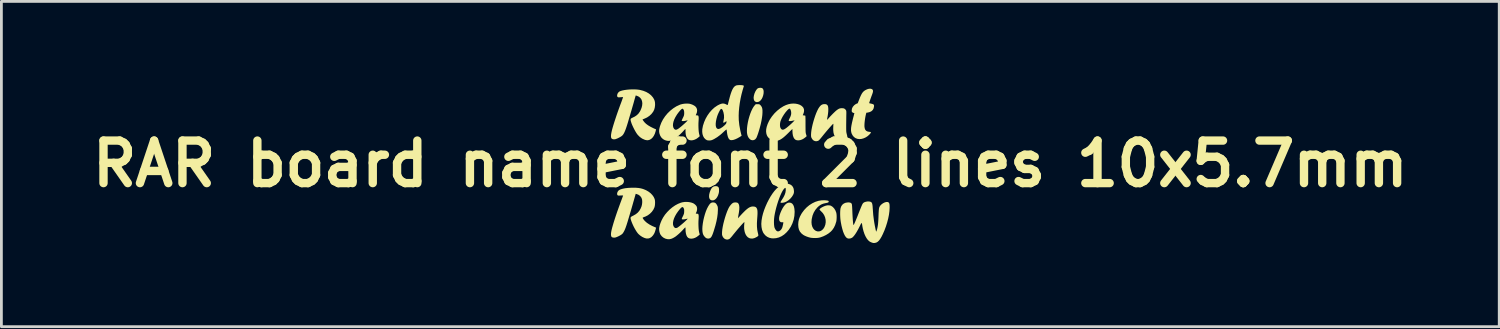
<source format=kicad_pcb>
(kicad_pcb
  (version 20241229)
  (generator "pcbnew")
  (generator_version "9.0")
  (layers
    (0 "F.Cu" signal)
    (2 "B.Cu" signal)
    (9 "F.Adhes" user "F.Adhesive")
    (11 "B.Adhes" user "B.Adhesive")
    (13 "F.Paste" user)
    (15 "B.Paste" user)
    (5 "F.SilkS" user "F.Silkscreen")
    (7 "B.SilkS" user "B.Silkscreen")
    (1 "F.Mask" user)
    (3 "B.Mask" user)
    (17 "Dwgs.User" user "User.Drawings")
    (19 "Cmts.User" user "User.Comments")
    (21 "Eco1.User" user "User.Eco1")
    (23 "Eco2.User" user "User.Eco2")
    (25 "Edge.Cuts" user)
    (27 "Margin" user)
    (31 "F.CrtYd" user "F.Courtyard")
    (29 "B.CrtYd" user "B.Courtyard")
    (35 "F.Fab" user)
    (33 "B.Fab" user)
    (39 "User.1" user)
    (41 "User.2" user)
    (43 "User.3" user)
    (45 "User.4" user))
  (footprint "RAR board name font 2 lines 10x5.7mm"
    (layer "F.Cu")
    (at 23.847 2.824)
    (property "Reference" "RAR board name font 2 lines 10x5.7mm" (at 0 0 0) (layer "F.SilkS") (effects (font (size 1.524 1.524) (thickness 0.3))))
    (attr board_only exclude_from_pos_files exclude_from_bom)
    (fp_poly (pts (xy 0.381 -2.726) (xy 0.417 -2.718) (xy 0.431 -2.711) (xy 0.457 -2.682) (xy 0.473 -2.639) (xy 0.479 -2.585) (xy 0.475 -2.521) (xy 0.464 -2.464) (xy 0.44 -2.389) (xy 0.408 -2.326) (xy 0.37 -2.276) (xy 0.326 -2.239) (xy 0.279 -2.218) (xy 0.231 -2.213) (xy 0.202 -2.219) (xy 0.164 -2.239) (xy 0.138 -2.273) (xy 0.123 -2.32) (xy 0.119 -2.377) (xy 0.128 -2.443) (xy 0.148 -2.516) (xy 0.154 -2.533) (xy 0.183 -2.598) (xy 0.216 -2.652) (xy 0.251 -2.693) (xy 0.267 -2.706) (xy 0.299 -2.719) (xy 0.339 -2.726)) (stroke (width 0) (type solid)) (fill yes) (layer "F.SilkS"))
    (fp_poly (pts (xy -1.208 0.8) (xy -1.184 0.806) (xy -1.165 0.817) (xy -1.155 0.826) (xy -1.14 0.841) (xy -1.13 0.857) (xy -1.125 0.879) (xy -1.122 0.912) (xy -1.121 0.922) (xy -1.123 1.004) (xy -1.132 1.053) (xy -1.157 1.131) (xy -1.19 1.196) (xy -1.229 1.248) (xy -1.273 1.285) (xy -1.321 1.306) (xy -1.372 1.309) (xy -1.39 1.306) (xy -1.429 1.289) (xy -1.457 1.257) (xy -1.474 1.213) (xy -1.479 1.158) (xy -1.473 1.094) (xy -1.455 1.022) (xy -1.449 1.005) (xy -1.421 0.933) (xy -1.391 0.878) (xy -1.358 0.839) (xy -1.32 0.814) (xy -1.277 0.801) (xy -1.242 0.799)) (stroke (width 0) (type solid)) (fill yes) (layer "F.SilkS"))
    (fp_poly (pts (xy -1.291 1.387) (xy -1.254 1.402) (xy -1.223 1.431) (xy -1.195 1.476) (xy -1.186 1.495) (xy -1.175 1.518) (xy -1.169 1.539) (xy -1.165 1.563) (xy -1.163 1.593) (xy -1.162 1.635) (xy -1.163 1.664) (xy -1.169 1.784) (xy -1.186 1.914) (xy -1.213 2.055) (xy -1.251 2.208) (xy -1.301 2.375) (xy -1.311 2.408) (xy -1.336 2.482) (xy -1.358 2.54) (xy -1.378 2.584) (xy -1.397 2.617) (xy -1.416 2.641) (xy -1.437 2.658) (xy -1.441 2.661) (xy -1.482 2.676) (xy -1.529 2.677) (xy -1.574 2.665) (xy -1.577 2.663) (xy -1.607 2.643) (xy -1.638 2.611) (xy -1.667 2.573) (xy -1.685 2.543) (xy -1.705 2.487) (xy -1.716 2.416) (xy -1.72 2.332) (xy -1.715 2.237) (xy -1.702 2.132) (xy -1.682 2.019) (xy -1.659 1.921) (xy -1.626 1.802) (xy -1.591 1.699) (xy -1.554 1.609) (xy -1.512 1.528) (xy -1.479 1.475) (xy -1.445 1.43) (xy -1.411 1.401) (xy -1.374 1.386) (xy -1.336 1.382)) (stroke (width 0) (type solid)) (fill yes) (layer "F.SilkS"))
    (fp_poly (pts (xy 0.297 -2.138) (xy 0.32 -2.135) (xy 0.338 -2.127) (xy 0.355 -2.112) (xy 0.361 -2.107) (xy 0.384 -2.079) (xy 0.407 -2.044) (xy 0.415 -2.027) (xy 0.429 -1.98) (xy 0.436 -1.917) (xy 0.436 -1.84) (xy 0.431 -1.751) (xy 0.418 -1.652) (xy 0.4 -1.545) (xy 0.376 -1.432) (xy 0.366 -1.392) (xy 0.346 -1.316) (xy 0.325 -1.239) (xy 0.302 -1.164) (xy 0.28 -1.094) (xy 0.258 -1.031) (xy 0.238 -0.979) (xy 0.222 -0.94) (xy 0.212 -0.922) (xy 0.176 -0.88) (xy 0.133 -0.855) (xy 0.085 -0.846) (xy 0.034 -0.855) (xy 0.023 -0.859) (xy -0.006 -0.878) (xy -0.038 -0.909) (xy -0.066 -0.946) (xy -0.081 -0.971) (xy -0.105 -1.034) (xy -0.119 -1.111) (xy -0.122 -1.182) (xy -0.118 -1.278) (xy -0.106 -1.38) (xy -0.088 -1.487) (xy -0.064 -1.594) (xy -0.034 -1.7) (xy -0.001 -1.8) (xy 0.036 -1.893) (xy 0.075 -1.975) (xy 0.116 -2.044) (xy 0.15 -2.089) (xy 0.195 -2.139) (xy 0.261 -2.139)) (stroke (width 0) (type solid)) (fill yes) (layer "F.SilkS"))
    (fp_poly (pts (xy 2.693 1.307) (xy 2.743 1.313) (xy 2.776 1.318) (xy 2.797 1.325) (xy 2.807 1.334) (xy 2.811 1.346) (xy 2.811 1.349) (xy 2.807 1.367) (xy 2.795 1.381) (xy 2.771 1.392) (xy 2.733 1.401) (xy 2.7 1.407) (xy 2.612 1.428) (xy 2.535 1.46) (xy 2.464 1.508) (xy 2.407 1.56) (xy 2.332 1.649) (xy 2.273 1.748) (xy 2.23 1.856) (xy 2.203 1.974) (xy 2.199 2) (xy 2.193 2.093) (xy 2.201 2.179) (xy 2.222 2.254) (xy 2.256 2.318) (xy 2.298 2.367) (xy 2.351 2.403) (xy 2.407 2.421) (xy 2.464 2.422) (xy 2.519 2.407) (xy 2.57 2.376) (xy 2.617 2.329) (xy 2.656 2.268) (xy 2.658 2.264) (xy 2.689 2.181) (xy 2.703 2.094) (xy 2.7 2.006) (xy 2.681 1.92) (xy 2.647 1.838) (xy 2.598 1.763) (xy 2.535 1.698) (xy 2.535 1.698) (xy 2.509 1.673) (xy 2.49 1.651) (xy 2.482 1.635) (xy 2.482 1.635) (xy 2.49 1.617) (xy 2.513 1.595) (xy 2.547 1.571) (xy 2.59 1.547) (xy 2.638 1.524) (xy 2.688 1.505) (xy 2.706 1.499) (xy 2.763 1.487) (xy 2.82 1.486) (xy 2.872 1.495) (xy 2.897 1.505) (xy 2.956 1.545) (xy 3.008 1.601) (xy 3.05 1.668) (xy 3.079 1.744) (xy 3.084 1.763) (xy 3.091 1.808) (xy 3.095 1.866) (xy 3.095 1.93) (xy 3.092 1.992) (xy 3.086 2.047) (xy 3.079 2.077) (xy 3.042 2.192) (xy 2.995 2.29) (xy 2.937 2.374) (xy 2.885 2.429) (xy 2.806 2.493) (xy 2.714 2.55) (xy 2.615 2.598) (xy 2.515 2.634) (xy 2.463 2.647) (xy 2.407 2.655) (xy 2.339 2.659) (xy 2.268 2.658) (xy 2.2 2.653) (xy 2.148 2.645) (xy 2.075 2.625) (xy 2.001 2.598) (xy 1.934 2.567) (xy 1.89 2.54) (xy 1.826 2.487) (xy 1.777 2.426) (xy 1.743 2.355) (xy 1.724 2.274) (xy 1.717 2.179) (xy 1.717 2.176) (xy 1.724 2.077) (xy 1.744 1.983) (xy 1.779 1.891) (xy 1.829 1.797) (xy 1.854 1.757) (xy 1.932 1.653) (xy 2.02 1.56) (xy 2.117 1.48) (xy 2.221 1.414) (xy 2.329 1.362) (xy 2.441 1.326) (xy 2.554 1.307) (xy 2.666 1.305)) (stroke (width 0) (type solid)) (fill yes) (layer "F.SilkS"))
    (fp_poly (pts (xy 4.322 -2.692) (xy 4.362 -2.678) (xy 4.368 -2.673) (xy 4.387 -2.654) (xy 4.397 -2.63) (xy 4.398 -2.598) (xy 4.39 -2.556) (xy 4.372 -2.501) (xy 4.356 -2.458) (xy 4.339 -2.413) (xy 4.322 -2.365) (xy 4.304 -2.316) (xy 4.289 -2.27) (xy 4.276 -2.23) (xy 4.266 -2.198) (xy 4.261 -2.18) (xy 4.261 -2.176) (xy 4.271 -2.173) (xy 4.294 -2.167) (xy 4.326 -2.16) (xy 4.335 -2.158) (xy 4.381 -2.146) (xy 4.412 -2.133) (xy 4.429 -2.115) (xy 4.436 -2.09) (xy 4.434 -2.055) (xy 4.42 -1.989) (xy 4.391 -1.934) (xy 4.347 -1.891) (xy 4.289 -1.86) (xy 4.216 -1.84) (xy 4.202 -1.838) (xy 4.159 -1.832) (xy 4.138 -1.75) (xy 4.126 -1.691) (xy 4.114 -1.622) (xy 4.104 -1.549) (xy 4.096 -1.477) (xy 4.092 -1.411) (xy 4.091 -1.357) (xy 4.091 -1.345) (xy 4.1 -1.278) (xy 4.119 -1.226) (xy 4.15 -1.188) (xy 4.194 -1.163) (xy 4.25 -1.15) (xy 4.263 -1.149) (xy 4.298 -1.145) (xy 4.318 -1.137) (xy 4.323 -1.123) (xy 4.313 -1.102) (xy 4.289 -1.072) (xy 4.277 -1.059) (xy 4.213 -0.999) (xy 4.141 -0.951) (xy 4.064 -0.916) (xy 3.986 -0.894) (xy 3.909 -0.888) (xy 3.838 -0.897) (xy 3.771 -0.923) (xy 3.713 -0.965) (xy 3.667 -1.021) (xy 3.632 -1.089) (xy 3.628 -1.1) (xy 3.617 -1.144) (xy 3.61 -1.193) (xy 3.61 -1.248) (xy 3.615 -1.311) (xy 3.627 -1.385) (xy 3.645 -1.473) (xy 3.669 -1.575) (xy 3.67 -1.579) (xy 3.685 -1.64) (xy 3.7 -1.696) (xy 3.712 -1.743) (xy 3.721 -1.78) (xy 3.727 -1.802) (xy 3.728 -1.807) (xy 3.728 -1.82) (xy 3.713 -1.824) (xy 3.71 -1.824) (xy 3.687 -1.83) (xy 3.662 -1.844) (xy 3.66 -1.846) (xy 3.644 -1.862) (xy 3.637 -1.879) (xy 3.635 -1.906) (xy 3.635 -1.92) (xy 3.645 -1.983) (xy 3.673 -2.042) (xy 3.719 -2.096) (xy 3.725 -2.101) (xy 3.756 -2.126) (xy 3.79 -2.147) (xy 3.81 -2.157) (xy 3.851 -2.173) (xy 3.9 -2.301) (xy 3.934 -2.386) (xy 3.965 -2.455) (xy 3.994 -2.511) (xy 4.023 -2.555) (xy 4.054 -2.591) (xy 4.089 -2.62) (xy 4.128 -2.645) (xy 4.154 -2.658) (xy 4.215 -2.683) (xy 4.272 -2.694)) (stroke (width 0) (type solid)) (fill yes) (layer "F.SilkS"))
    (fp_poly (pts (xy -0.496 1.385) (xy -0.46 1.395) (xy -0.441 1.406) (xy -0.416 1.441) (xy -0.4 1.492) (xy -0.393 1.559) (xy -0.396 1.642) (xy -0.409 1.742) (xy -0.413 1.767) (xy -0.422 1.814) (xy -0.429 1.858) (xy -0.435 1.894) (xy -0.438 1.913) (xy -0.443 1.951) (xy -0.366 1.866) (xy -0.289 1.783) (xy -0.221 1.714) (xy -0.162 1.657) (xy -0.11 1.613) (xy -0.063 1.579) (xy -0.02 1.555) (xy 0.02 1.539) (xy 0.06 1.53) (xy 0.092 1.528) (xy 0.146 1.532) (xy 0.186 1.545) (xy 0.216 1.569) (xy 0.238 1.606) (xy 0.248 1.636) (xy 0.255 1.675) (xy 0.258 1.726) (xy 0.258 1.789) (xy 0.254 1.867) (xy 0.247 1.962) (xy 0.245 1.987) (xy 0.237 2.125) (xy 0.238 2.249) (xy 0.248 2.36) (xy 0.267 2.459) (xy 0.268 2.461) (xy 0.278 2.502) (xy 0.285 2.538) (xy 0.288 2.564) (xy 0.287 2.574) (xy 0.277 2.587) (xy 0.255 2.605) (xy 0.231 2.621) (xy 0.157 2.658) (xy 0.087 2.677) (xy 0.022 2.678) (xy -0.037 2.662) (xy -0.09 2.631) (xy -0.135 2.583) (xy -0.172 2.521) (xy -0.2 2.445) (xy -0.217 2.355) (xy -0.221 2.317) (xy -0.222 2.268) (xy -0.221 2.212) (xy -0.217 2.167) (xy -0.214 2.131) (xy -0.212 2.103) (xy -0.213 2.088) (xy -0.213 2.087) (xy -0.222 2.091) (xy -0.241 2.108) (xy -0.269 2.137) (xy -0.304 2.175) (xy -0.346 2.222) (xy -0.392 2.275) (xy -0.442 2.332) (xy -0.493 2.393) (xy -0.545 2.456) (xy -0.596 2.518) (xy -0.616 2.543) (xy -0.658 2.596) (xy -0.692 2.635) (xy -0.718 2.663) (xy -0.739 2.683) (xy -0.758 2.695) (xy -0.764 2.698) (xy -0.809 2.714) (xy -0.844 2.714) (xy -0.851 2.712) (xy -0.866 2.708) (xy -0.886 2.703) (xy -0.92 2.687) (xy -0.954 2.658) (xy -0.984 2.618) (xy -0.996 2.592) (xy -1.006 2.568) (xy -1.012 2.546) (xy -1.014 2.521) (xy -1.014 2.487) (xy -1.013 2.44) (xy -1.013 2.44) (xy -1.005 2.354) (xy -0.989 2.257) (xy -0.967 2.15) (xy -0.939 2.039) (xy -0.907 1.927) (xy -0.872 1.818) (xy -0.835 1.716) (xy -0.797 1.626) (xy -0.773 1.576) (xy -0.742 1.524) (xy -0.705 1.476) (xy -0.667 1.434) (xy -0.63 1.405) (xy -0.615 1.396) (xy -0.58 1.386) (xy -0.538 1.382)) (stroke (width 0) (type solid)) (fill yes) (layer "F.SilkS"))
    (fp_poly (pts (xy 2.697 -2.14) (xy 2.735 -2.129) (xy 2.763 -2.105) (xy 2.779 -2.08) (xy 2.789 -2.046) (xy 2.795 -1.997) (xy 2.796 -1.937) (xy 2.793 -1.868) (xy 2.785 -1.795) (xy 2.774 -1.719) (xy 2.77 -1.701) (xy 2.762 -1.657) (xy 2.755 -1.619) (xy 2.751 -1.593) (xy 2.751 -1.58) (xy 2.751 -1.58) (xy 2.759 -1.584) (xy 2.775 -1.6) (xy 2.798 -1.624) (xy 2.808 -1.636) (xy 2.857 -1.691) (xy 2.91 -1.746) (xy 2.962 -1.8) (xy 3.012 -1.848) (xy 3.055 -1.889) (xy 3.091 -1.919) (xy 3.097 -1.924) (xy 3.144 -1.957) (xy 3.185 -1.979) (xy 3.224 -1.991) (xy 3.269 -1.996) (xy 3.281 -1.996) (xy 3.337 -1.992) (xy 3.381 -1.975) (xy 3.414 -1.944) (xy 3.426 -1.927) (xy 3.433 -1.914) (xy 3.438 -1.901) (xy 3.441 -1.883) (xy 3.442 -1.859) (xy 3.443 -1.825) (xy 3.442 -1.778) (xy 3.441 -1.716) (xy 3.44 -1.645) (xy 3.439 -1.564) (xy 3.438 -1.478) (xy 3.437 -1.396) (xy 3.437 -1.34) (xy 3.437 -1.271) (xy 3.438 -1.218) (xy 3.439 -1.176) (xy 3.442 -1.143) (xy 3.446 -1.115) (xy 3.452 -1.089) (xy 3.457 -1.068) (xy 3.47 -1.018) (xy 3.477 -0.982) (xy 3.476 -0.957) (xy 3.469 -0.939) (xy 3.454 -0.923) (xy 3.447 -0.917) (xy 3.398 -0.887) (xy 3.341 -0.865) (xy 3.28 -0.851) (xy 3.222 -0.847) (xy 3.172 -0.854) (xy 3.154 -0.859) (xy 3.116 -0.883) (xy 3.077 -0.92) (xy 3.041 -0.965) (xy 3.017 -1.008) (xy 2.995 -1.066) (xy 2.98 -1.129) (xy 2.973 -1.203) (xy 2.972 -1.289) (xy 2.974 -1.318) (xy 2.975 -1.363) (xy 2.977 -1.401) (xy 2.977 -1.427) (xy 2.976 -1.438) (xy 2.976 -1.438) (xy 2.966 -1.431) (xy 2.945 -1.412) (xy 2.916 -1.381) (xy 2.88 -1.341) (xy 2.838 -1.294) (xy 2.792 -1.241) (xy 2.743 -1.184) (xy 2.694 -1.125) (xy 2.645 -1.066) (xy 2.599 -1.009) (xy 2.584 -0.99) (xy 2.541 -0.937) (xy 2.507 -0.896) (xy 2.48 -0.866) (xy 2.459 -0.846) (xy 2.442 -0.832) (xy 2.426 -0.824) (xy 2.425 -0.824) (xy 2.376 -0.811) (xy 2.33 -0.814) (xy 2.308 -0.82) (xy 2.266 -0.84) (xy 2.232 -0.871) (xy 2.204 -0.914) (xy 2.191 -0.938) (xy 2.183 -0.959) (xy 2.179 -0.983) (xy 2.177 -1.014) (xy 2.177 -1.058) (xy 2.182 -1.132) (xy 2.193 -1.218) (xy 2.211 -1.313) (xy 2.234 -1.415) (xy 2.262 -1.519) (xy 2.293 -1.622) (xy 2.326 -1.722) (xy 2.361 -1.815) (xy 2.397 -1.898) (xy 2.432 -1.969) (xy 2.458 -2.011) (xy 2.497 -2.064) (xy 2.535 -2.102) (xy 2.574 -2.126) (xy 2.617 -2.138) (xy 2.645 -2.142)) (stroke (width 0) (type solid)) (fill yes) (layer "F.SilkS"))
    (fp_poly (pts (xy 1.376 0.719) (xy 1.438 0.743) (xy 1.49 0.78) (xy 1.529 0.831) (xy 1.554 0.893) (xy 1.564 0.967) (xy 1.565 0.978) (xy 1.564 1.019) (xy 1.559 1.05) (xy 1.548 1.081) (xy 1.534 1.112) (xy 1.493 1.178) (xy 1.439 1.242) (xy 1.376 1.299) (xy 1.308 1.345) (xy 1.255 1.37) (xy 1.211 1.385) (xy 1.168 1.393) (xy 1.13 1.396) (xy 1.101 1.394) (xy 1.084 1.385) (xy 1.081 1.377) (xy 1.086 1.364) (xy 1.099 1.34) (xy 1.119 1.308) (xy 1.134 1.286) (xy 1.19 1.196) (xy 1.231 1.113) (xy 1.257 1.037) (xy 1.269 0.965) (xy 1.271 0.937) (xy 1.27 0.894) (xy 1.264 0.868) (xy 1.254 0.86) (xy 1.237 0.868) (xy 1.212 0.891) (xy 1.207 0.897) (xy 1.174 0.94) (xy 1.139 1) (xy 1.103 1.073) (xy 1.066 1.158) (xy 1.03 1.252) (xy 0.994 1.353) (xy 0.961 1.459) (xy 0.93 1.567) (xy 0.903 1.675) (xy 0.88 1.78) (xy 0.862 1.881) (xy 0.86 1.898) (xy 0.852 1.968) (xy 0.848 2.042) (xy 0.848 2.115) (xy 0.851 2.183) (xy 0.858 2.242) (xy 0.868 2.287) (xy 0.869 2.291) (xy 0.889 2.334) (xy 0.915 2.373) (xy 0.943 2.403) (xy 0.966 2.417) (xy 1.002 2.421) (xy 1.041 2.409) (xy 1.079 2.383) (xy 1.113 2.344) (xy 1.14 2.295) (xy 1.15 2.267) (xy 1.16 2.228) (xy 1.171 2.183) (xy 1.179 2.14) (xy 1.184 2.107) (xy 1.184 2.099) (xy 1.176 2.092) (xy 1.152 2.093) (xy 1.152 2.093) (xy 1.12 2.094) (xy 1.09 2.087) (xy 1.059 2.064) (xy 1.039 2.028) (xy 1.031 1.979) (xy 1.034 1.918) (xy 1.049 1.847) (xy 1.076 1.766) (xy 1.114 1.677) (xy 1.159 1.589) (xy 1.207 1.515) (xy 1.255 1.458) (xy 1.303 1.418) (xy 1.351 1.395) (xy 1.359 1.393) (xy 1.416 1.389) (xy 1.465 1.402) (xy 1.507 1.431) (xy 1.54 1.476) (xy 1.565 1.536) (xy 1.581 1.612) (xy 1.588 1.701) (xy 1.589 1.726) (xy 1.58 1.865) (xy 1.554 2) (xy 1.511 2.129) (xy 1.453 2.25) (xy 1.38 2.362) (xy 1.303 2.452) (xy 1.215 2.532) (xy 1.122 2.594) (xy 1.025 2.638) (xy 0.924 2.664) (xy 0.82 2.672) (xy 0.758 2.668) (xy 0.678 2.649) (xy 0.604 2.614) (xy 0.539 2.564) (xy 0.485 2.501) (xy 0.456 2.454) (xy 0.421 2.365) (xy 0.401 2.264) (xy 0.394 2.152) (xy 0.403 2.029) (xy 0.426 1.897) (xy 0.456 1.778) (xy 0.497 1.651) (xy 0.547 1.524) (xy 0.603 1.398) (xy 0.665 1.277) (xy 0.73 1.163) (xy 0.798 1.06) (xy 0.867 0.969) (xy 0.935 0.894) (xy 0.947 0.882) (xy 1.021 0.818) (xy 1.09 0.77) (xy 1.157 0.737) (xy 1.225 0.718) (xy 1.295 0.711) (xy 1.302 0.711)) (stroke (width 0) (type solid)) (fill yes) (layer "F.SilkS"))
    (fp_poly (pts (xy -0.338 -2.823) (xy -0.296 -2.82) (xy -0.265 -2.814) (xy -0.253 -2.81) (xy -0.229 -2.797) (xy -0.274 -2.648) (xy -0.314 -2.499) (xy -0.349 -2.342) (xy -0.377 -2.183) (xy -0.398 -2.024) (xy -0.412 -1.869) (xy -0.417 -1.723) (xy -0.414 -1.589) (xy -0.414 -1.574) (xy -0.394 -1.388) (xy -0.359 -1.197) (xy -0.339 -1.112) (xy -0.312 -1.006) (xy -0.379 -0.964) (xy -0.46 -0.918) (xy -0.535 -0.883) (xy -0.602 -0.86) (xy -0.66 -0.85) (xy -0.708 -0.852) (xy -0.72 -0.856) (xy -0.754 -0.879) (xy -0.783 -0.919) (xy -0.806 -0.977) (xy -0.825 -1.053) (xy -0.833 -1.106) (xy -0.839 -1.151) (xy -0.844 -1.189) (xy -0.849 -1.217) (xy -0.851 -1.23) (xy -0.86 -1.229) (xy -0.879 -1.215) (xy -0.91 -1.189) (xy -0.951 -1.152) (xy -0.962 -1.141) (xy -1.075 -1.04) (xy -1.186 -0.957) (xy -1.294 -0.892) (xy -1.315 -0.881) (xy -1.357 -0.861) (xy -1.39 -0.849) (xy -1.422 -0.842) (xy -1.457 -0.839) (xy -1.461 -0.839) (xy -1.512 -0.84) (xy -1.549 -0.847) (xy -1.557 -0.85) (xy -1.612 -0.885) (xy -1.657 -0.934) (xy -1.691 -0.995) (xy -1.714 -1.067) (xy -1.724 -1.148) (xy -1.722 -1.234) (xy -1.721 -1.244) (xy -1.697 -1.369) (xy -1.672 -1.445) (xy -1.24 -1.445) (xy -1.24 -1.38) (xy -1.23 -1.327) (xy -1.213 -1.287) (xy -1.186 -1.261) (xy -1.152 -1.25) (xy -1.147 -1.25) (xy -1.118 -1.255) (xy -1.083 -1.267) (xy -1.066 -1.275) (xy -0.991 -1.323) (xy -0.919 -1.385) (xy -0.896 -1.409) (xy -0.873 -1.436) (xy -0.861 -1.458) (xy -0.856 -1.482) (xy -0.856 -1.493) (xy -0.855 -1.534) (xy -0.895 -1.505) (xy -0.93 -1.483) (xy -0.956 -1.476) (xy -0.97 -1.481) (xy -0.971 -1.492) (xy -0.967 -1.516) (xy -0.959 -1.549) (xy -0.958 -1.554) (xy -0.942 -1.65) (xy -0.944 -1.748) (xy -0.963 -1.847) (xy -0.988 -1.918) (xy -1.008 -1.953) (xy -1.029 -1.97) (xy -1.051 -1.968) (xy -1.063 -1.96) (xy -1.078 -1.94) (xy -1.099 -1.906) (xy -1.121 -1.863) (xy -1.144 -1.815) (xy -1.166 -1.765) (xy -1.183 -1.718) (xy -1.189 -1.701) (xy -1.215 -1.607) (xy -1.232 -1.522) (xy -1.24 -1.445) (xy -1.672 -1.445) (xy -1.657 -1.493) (xy -1.604 -1.615) (xy -1.539 -1.73) (xy -1.463 -1.838) (xy -1.378 -1.935) (xy -1.286 -2.019) (xy -1.187 -2.087) (xy -1.164 -2.1) (xy -1.096 -2.134) (xy -1.038 -2.155) (xy -0.986 -2.164) (xy -0.938 -2.159) (xy -0.891 -2.143) (xy -0.873 -2.135) (xy -0.844 -2.12) (xy -0.822 -2.111) (xy -0.812 -2.109) (xy -0.812 -2.109) (xy -0.808 -2.119) (xy -0.801 -2.144) (xy -0.791 -2.182) (xy -0.779 -2.23) (xy -0.765 -2.284) (xy -0.762 -2.295) (xy -0.732 -2.41) (xy -0.703 -2.508) (xy -0.674 -2.59) (xy -0.646 -2.657) (xy -0.617 -2.71) (xy -0.587 -2.752) (xy -0.555 -2.783) (xy -0.521 -2.804) (xy -0.501 -2.812) (xy -0.472 -2.818) (xy -0.431 -2.822) (xy -0.384 -2.824)) (stroke (width 0) (type solid)) (fill yes) (layer "F.SilkS"))
    (fp_poly (pts (xy -2.203 -2.158) (xy -2.177 -2.154) (xy -2.122 -2.139) (xy -2.065 -2.117) (xy -2.013 -2.089) (xy -1.976 -2.064) (xy -1.937 -2.019) (xy -1.913 -1.966) (xy -1.906 -1.906) (xy -1.915 -1.843) (xy -1.931 -1.8) (xy -1.944 -1.771) (xy -1.952 -1.751) (xy -1.955 -1.743) (xy -1.947 -1.74) (xy -1.926 -1.739) (xy -1.92 -1.739) (xy -1.893 -1.737) (xy -1.874 -1.732) (xy -1.872 -1.731) (xy -1.861 -1.716) (xy -1.853 -1.687) (xy -1.85 -1.644) (xy -1.852 -1.585) (xy -1.854 -1.546) (xy -1.859 -1.463) (xy -1.86 -1.377) (xy -1.858 -1.292) (xy -1.854 -1.212) (xy -1.847 -1.142) (xy -1.837 -1.085) (xy -1.833 -1.067) (xy -1.813 -0.992) (xy -1.858 -0.951) (xy -1.918 -0.906) (xy -1.984 -0.872) (xy -2.05 -0.85) (xy -2.104 -0.843) (xy -2.161 -0.847) (xy -2.206 -0.862) (xy -2.243 -0.89) (xy -2.271 -0.929) (xy -2.296 -0.981) (xy -2.312 -1.041) (xy -2.321 -1.113) (xy -2.322 -1.167) (xy -2.323 -1.204) (xy -2.325 -1.233) (xy -2.327 -1.248) (xy -2.329 -1.25) (xy -2.338 -1.244) (xy -2.356 -1.225) (xy -2.38 -1.199) (xy -2.402 -1.174) (xy -2.45 -1.122) (xy -2.506 -1.067) (xy -2.567 -1.011) (xy -2.627 -0.961) (xy -2.682 -0.918) (xy -2.715 -0.895) (xy -2.788 -0.855) (xy -2.857 -0.831) (xy -2.924 -0.823) (xy -2.987 -0.828) (xy -3.063 -0.85) (xy -3.129 -0.888) (xy -3.184 -0.939) (xy -3.226 -1.003) (xy -3.255 -1.078) (xy -3.263 -1.113) (xy -3.269 -1.165) (xy -3.268 -1.215) (xy -3.259 -1.27) (xy -3.242 -1.336) (xy -3.237 -1.353) (xy -3.231 -1.369) (xy -2.773 -1.369) (xy -2.762 -1.311) (xy -2.737 -1.263) (xy -2.727 -1.251) (xy -2.698 -1.229) (xy -2.666 -1.222) (xy -2.629 -1.232) (xy -2.591 -1.253) (xy -2.562 -1.273) (xy -2.527 -1.3) (xy -2.487 -1.332) (xy -2.444 -1.368) (xy -2.401 -1.406) (xy -2.359 -1.443) (xy -2.321 -1.479) (xy -2.289 -1.51) (xy -2.265 -1.535) (xy -2.251 -1.552) (xy -2.248 -1.56) (xy -2.249 -1.56) (xy -2.264 -1.558) (xy -2.291 -1.552) (xy -2.313 -1.546) (xy -2.352 -1.538) (xy -2.392 -1.533) (xy -2.426 -1.533) (xy -2.45 -1.537) (xy -2.459 -1.542) (xy -2.457 -1.554) (xy -2.448 -1.579) (xy -2.434 -1.613) (xy -2.419 -1.643) (xy -2.398 -1.686) (xy -2.384 -1.72) (xy -2.376 -1.749) (xy -2.372 -1.779) (xy -2.37 -1.803) (xy -2.371 -1.868) (xy -2.381 -1.919) (xy -2.401 -1.956) (xy -2.407 -1.963) (xy -2.422 -1.976) (xy -2.435 -1.978) (xy -2.453 -1.97) (xy -2.476 -1.953) (xy -2.506 -1.923) (xy -2.541 -1.883) (xy -2.579 -1.836) (xy -2.617 -1.785) (xy -2.633 -1.761) (xy -2.686 -1.674) (xy -2.727 -1.59) (xy -2.755 -1.51) (xy -2.77 -1.436) (xy -2.773 -1.369) (xy -3.231 -1.369) (xy -3.191 -1.475) (xy -3.13 -1.593) (xy -3.054 -1.706) (xy -2.966 -1.812) (xy -2.868 -1.907) (xy -2.762 -1.991) (xy -2.65 -2.062) (xy -2.533 -2.116) (xy -2.496 -2.13) (xy -2.429 -2.147) (xy -2.353 -2.158) (xy -2.275 -2.161)) (stroke (width 0) (type solid)) (fill yes) (layer "F.SilkS"))
    (fp_poly (pts (xy 1.627 -2.157) (xy 1.706 -2.141) (xy 1.777 -2.116) (xy 1.837 -2.08) (xy 1.885 -2.035) (xy 1.904 -2.007) (xy 1.923 -1.957) (xy 1.927 -1.898) (xy 1.916 -1.835) (xy 1.903 -1.8) (xy 1.892 -1.771) (xy 1.883 -1.75) (xy 1.88 -1.743) (xy 1.888 -1.741) (xy 1.91 -1.738) (xy 1.923 -1.737) (xy 1.95 -1.732) (xy 1.969 -1.727) (xy 1.972 -1.725) (xy 1.974 -1.715) (xy 1.975 -1.687) (xy 1.977 -1.646) (xy 1.978 -1.593) (xy 1.979 -1.53) (xy 1.979 -1.46) (xy 1.979 -1.421) (xy 1.979 -1.337) (xy 1.98 -1.27) (xy 1.98 -1.217) (xy 1.982 -1.176) (xy 1.983 -1.143) (xy 1.986 -1.118) (xy 1.989 -1.097) (xy 1.994 -1.078) (xy 2 -1.059) (xy 2 -1.058) (xy 2.02 -0.992) (xy 1.976 -0.952) (xy 1.916 -0.907) (xy 1.853 -0.873) (xy 1.788 -0.851) (xy 1.725 -0.842) (xy 1.668 -0.846) (xy 1.619 -0.865) (xy 1.612 -0.869) (xy 1.577 -0.903) (xy 1.548 -0.953) (xy 1.527 -1.017) (xy 1.515 -1.094) (xy 1.511 -1.161) (xy 1.51 -1.199) (xy 1.509 -1.23) (xy 1.508 -1.247) (xy 1.507 -1.25) (xy 1.5 -1.244) (xy 1.482 -1.226) (xy 1.454 -1.199) (xy 1.419 -1.164) (xy 1.378 -1.123) (xy 1.357 -1.102) (xy 1.275 -1.023) (xy 1.202 -0.958) (xy 1.137 -0.908) (xy 1.076 -0.87) (xy 1.02 -0.844) (xy 0.965 -0.828) (xy 0.911 -0.823) (xy 0.855 -0.826) (xy 0.849 -0.827) (xy 0.777 -0.847) (xy 0.71 -0.885) (xy 0.666 -0.922) (xy 0.626 -0.967) (xy 0.599 -1.013) (xy 0.579 -1.069) (xy 0.577 -1.076) (xy 0.566 -1.152) (xy 0.569 -1.237) (xy 0.588 -1.329) (xy 0.608 -1.388) (xy 1.063 -1.388) (xy 1.068 -1.333) (xy 1.08 -1.291) (xy 1.106 -1.251) (xy 1.136 -1.228) (xy 1.173 -1.224) (xy 1.214 -1.237) (xy 1.215 -1.238) (xy 1.254 -1.261) (xy 1.303 -1.296) (xy 1.359 -1.342) (xy 1.421 -1.395) (xy 1.485 -1.454) (xy 1.489 -1.458) (xy 1.525 -1.492) (xy 1.554 -1.522) (xy 1.575 -1.544) (xy 1.586 -1.558) (xy 1.586 -1.56) (xy 1.571 -1.558) (xy 1.545 -1.552) (xy 1.518 -1.546) (xy 1.469 -1.537) (xy 1.428 -1.533) (xy 1.396 -1.535) (xy 1.378 -1.542) (xy 1.376 -1.546) (xy 1.378 -1.56) (xy 1.387 -1.585) (xy 1.401 -1.617) (xy 1.404 -1.623) (xy 1.433 -1.681) (xy 1.451 -1.729) (xy 1.462 -1.771) (xy 1.466 -1.813) (xy 1.466 -1.827) (xy 1.463 -1.867) (xy 1.454 -1.907) (xy 1.441 -1.943) (xy 1.426 -1.968) (xy 1.418 -1.975) (xy 1.401 -1.979) (xy 1.38 -1.97) (xy 1.352 -1.948) (xy 1.317 -1.912) (xy 1.258 -1.842) (xy 1.204 -1.766) (xy 1.155 -1.687) (xy 1.115 -1.61) (xy 1.086 -1.538) (xy 1.076 -1.507) (xy 1.066 -1.448) (xy 1.063 -1.388) (xy 0.608 -1.388) (xy 0.62 -1.426) (xy 0.667 -1.528) (xy 0.7 -1.589) (xy 0.777 -1.703) (xy 0.866 -1.811) (xy 0.966 -1.908) (xy 1.073 -1.993) (xy 1.185 -2.064) (xy 1.278 -2.108) (xy 1.366 -2.138) (xy 1.454 -2.156) (xy 1.542 -2.162)) (stroke (width 0) (type solid)) (fill yes) (layer "F.SilkS"))
    (fp_poly (pts (xy -2.194 1.371) (xy -2.119 1.386) (xy -2.055 1.409) (xy -2.024 1.425) (xy -1.982 1.457) (xy -1.946 1.493) (xy -1.922 1.529) (xy -1.921 1.532) (xy -1.908 1.582) (xy -1.908 1.639) (xy -1.92 1.698) (xy -1.931 1.725) (xy -1.944 1.754) (xy -1.952 1.775) (xy -1.955 1.783) (xy -1.947 1.785) (xy -1.926 1.786) (xy -1.92 1.786) (xy -1.893 1.788) (xy -1.874 1.793) (xy -1.872 1.794) (xy -1.861 1.809) (xy -1.853 1.838) (xy -1.85 1.881) (xy -1.852 1.94) (xy -1.854 1.979) (xy -1.859 2.062) (xy -1.86 2.148) (xy -1.858 2.233) (xy -1.854 2.312) (xy -1.847 2.383) (xy -1.837 2.44) (xy -1.833 2.458) (xy -1.813 2.533) (xy -1.859 2.573) (xy -1.92 2.619) (xy -1.984 2.653) (xy -2.049 2.674) (xy -2.112 2.682) (xy -2.169 2.677) (xy -2.218 2.657) (xy -2.227 2.651) (xy -2.261 2.617) (xy -2.288 2.566) (xy -2.307 2.502) (xy -2.319 2.426) (xy -2.322 2.352) (xy -2.323 2.317) (xy -2.325 2.291) (xy -2.329 2.277) (xy -2.33 2.276) (xy -2.34 2.284) (xy -2.359 2.303) (xy -2.384 2.33) (xy -2.399 2.346) (xy -2.449 2.4) (xy -2.505 2.456) (xy -2.564 2.51) (xy -2.62 2.558) (xy -2.671 2.599) (xy -2.703 2.621) (xy -2.772 2.661) (xy -2.834 2.687) (xy -2.893 2.7) (xy -2.953 2.7) (xy -2.977 2.698) (xy -3.049 2.679) (xy -3.116 2.644) (xy -3.174 2.596) (xy -3.219 2.537) (xy -3.229 2.519) (xy -3.249 2.467) (xy -3.263 2.406) (xy -3.269 2.345) (xy -3.267 2.3) (xy -3.25 2.213) (xy -3.219 2.118) (xy -3.215 2.109) (xy -2.772 2.109) (xy -2.771 2.173) (xy -2.756 2.229) (xy -2.728 2.273) (xy -2.727 2.274) (xy -2.697 2.297) (xy -2.665 2.302) (xy -2.626 2.292) (xy -2.618 2.289) (xy -2.597 2.276) (xy -2.567 2.254) (xy -2.53 2.226) (xy -2.489 2.193) (xy -2.445 2.156) (xy -2.401 2.119) (xy -2.359 2.081) (xy -2.321 2.046) (xy -2.289 2.015) (xy -2.264 1.99) (xy -2.25 1.973) (xy -2.248 1.965) (xy -2.249 1.965) (xy -2.264 1.967) (xy -2.291 1.973) (xy -2.317 1.979) (xy -2.371 1.989) (xy -2.414 1.992) (xy -2.445 1.988) (xy -2.453 1.984) (xy -2.457 1.977) (xy -2.456 1.964) (xy -2.448 1.942) (xy -2.432 1.907) (xy -2.42 1.884) (xy -2.399 1.84) (xy -2.386 1.806) (xy -2.377 1.777) (xy -2.373 1.746) (xy -2.371 1.715) (xy -2.37 1.671) (xy -2.372 1.64) (xy -2.379 1.613) (xy -2.386 1.595) (xy -2.401 1.567) (xy -2.418 1.552) (xy -2.437 1.549) (xy -2.461 1.559) (xy -2.489 1.583) (xy -2.525 1.621) (xy -2.568 1.675) (xy -2.59 1.703) (xy -2.65 1.79) (xy -2.699 1.876) (xy -2.736 1.959) (xy -2.76 2.037) (xy -2.772 2.109) (xy -3.215 2.109) (xy -3.178 2.021) (xy -3.127 1.925) (xy -3.125 1.922) (xy -3.058 1.821) (xy -2.978 1.726) (xy -2.89 1.637) (xy -2.795 1.558) (xy -2.695 1.489) (xy -2.593 1.434) (xy -2.493 1.394) (xy -2.431 1.377) (xy -2.355 1.366) (xy -2.274 1.364)) (stroke (width 0) (type solid)) (fill yes) (layer "F.SilkS"))
    (fp_poly (pts (xy -4.151 -2.67) (xy -4.065 -2.665) (xy -3.987 -2.656) (xy -3.954 -2.65) (xy -3.837 -2.619) (xy -3.731 -2.577) (xy -3.638 -2.523) (xy -3.559 -2.46) (xy -3.495 -2.387) (xy -3.484 -2.371) (xy -3.449 -2.311) (xy -3.427 -2.253) (xy -3.416 -2.191) (xy -3.414 -2.119) (xy -3.414 -2.107) (xy -3.424 -2.022) (xy -3.444 -1.948) (xy -3.476 -1.88) (xy -3.488 -1.861) (xy -3.546 -1.786) (xy -3.618 -1.72) (xy -3.701 -1.664) (xy -3.782 -1.626) (xy -3.816 -1.612) (xy -3.844 -1.601) (xy -3.86 -1.594) (xy -3.862 -1.593) (xy -3.86 -1.583) (xy -3.847 -1.562) (xy -3.827 -1.533) (xy -3.8 -1.499) (xy -3.792 -1.489) (xy -3.738 -1.436) (xy -3.667 -1.383) (xy -3.578 -1.33) (xy -3.472 -1.277) (xy -3.445 -1.265) (xy -3.378 -1.236) (xy -3.395 -1.166) (xy -3.422 -1.081) (xy -3.458 -1.007) (xy -3.501 -0.945) (xy -3.551 -0.897) (xy -3.606 -0.864) (xy -3.664 -0.848) (xy -3.689 -0.846) (xy -3.727 -0.85) (xy -3.769 -0.859) (xy -3.787 -0.865) (xy -3.878 -0.906) (xy -3.958 -0.961) (xy -4.029 -1.032) (xy -4.057 -1.066) (xy -4.09 -1.115) (xy -4.127 -1.177) (xy -4.165 -1.247) (xy -4.201 -1.32) (xy -4.234 -1.392) (xy -4.26 -1.457) (xy -4.267 -1.479) (xy -4.284 -1.533) (xy -4.292 -1.572) (xy -4.291 -1.6) (xy -4.28 -1.622) (xy -4.258 -1.638) (xy -4.225 -1.654) (xy -4.138 -1.697) (xy -4.066 -1.747) (xy -4.007 -1.805) (xy -3.959 -1.875) (xy -3.935 -1.92) (xy -3.898 -2.01) (xy -3.877 -2.096) (xy -3.871 -2.175) (xy -3.881 -2.246) (xy -3.904 -2.31) (xy -3.943 -2.364) (xy -3.995 -2.407) (xy -4.061 -2.438) (xy -4.079 -2.444) (xy -4.108 -2.452) (xy -4.126 -2.389) (xy -4.136 -2.356) (xy -4.149 -2.31) (xy -4.164 -2.257) (xy -4.178 -2.205) (xy -4.178 -2.204) (xy -4.192 -2.155) (xy -4.211 -2.09) (xy -4.233 -2.014) (xy -4.257 -1.93) (xy -4.284 -1.84) (xy -4.311 -1.747) (xy -4.338 -1.656) (xy -4.364 -1.568) (xy -4.387 -1.488) (xy -4.391 -1.476) (xy -4.425 -1.366) (xy -4.456 -1.274) (xy -4.485 -1.196) (xy -4.512 -1.133) (xy -4.538 -1.083) (xy -4.564 -1.043) (xy -4.59 -1.014) (xy -4.62 -0.99) (xy -4.662 -0.964) (xy -4.712 -0.937) (xy -4.763 -0.912) (xy -4.812 -0.893) (xy -4.842 -0.883) (xy -4.889 -0.878) (xy -4.932 -0.885) (xy -4.966 -0.903) (xy -4.98 -0.918) (xy -4.991 -0.949) (xy -4.995 -0.994) (xy -4.991 -1.054) (xy -4.978 -1.128) (xy -4.957 -1.219) (xy -4.956 -1.222) (xy -4.934 -1.302) (xy -4.906 -1.397) (xy -4.873 -1.503) (xy -4.835 -1.618) (xy -4.795 -1.739) (xy -4.752 -1.863) (xy -4.708 -1.986) (xy -4.664 -2.107) (xy -4.656 -2.128) (xy -4.631 -2.194) (xy -4.609 -2.254) (xy -4.591 -2.306) (xy -4.576 -2.348) (xy -4.566 -2.377) (xy -4.562 -2.392) (xy -4.562 -2.393) (xy -4.572 -2.394) (xy -4.597 -2.393) (xy -4.63 -2.39) (xy -4.639 -2.389) (xy -4.678 -2.386) (xy -4.711 -2.385) (xy -4.733 -2.385) (xy -4.735 -2.386) (xy -4.759 -2.398) (xy -4.772 -2.422) (xy -4.775 -2.453) (xy -4.768 -2.489) (xy -4.754 -2.526) (xy -4.731 -2.559) (xy -4.701 -2.587) (xy -4.69 -2.594) (xy -4.642 -2.614) (xy -4.58 -2.632) (xy -4.505 -2.647) (xy -4.421 -2.658) (xy -4.332 -2.666) (xy -4.241 -2.67)) (stroke (width 0) (type solid)) (fill yes) (layer "F.SilkS"))
    (fp_poly (pts (xy -4.095 0.857) (xy -4.004 0.865) (xy -3.923 0.879) (xy -3.847 0.9) (xy -3.771 0.93) (xy -3.726 0.951) (xy -3.645 0.998) (xy -3.572 1.055) (xy -3.511 1.119) (xy -3.462 1.188) (xy -3.43 1.259) (xy -3.426 1.273) (xy -3.417 1.322) (xy -3.414 1.382) (xy -3.416 1.445) (xy -3.423 1.505) (xy -3.435 1.554) (xy -3.435 1.556) (xy -3.474 1.64) (xy -3.529 1.718) (xy -3.597 1.787) (xy -3.675 1.845) (xy -3.761 1.889) (xy -3.779 1.895) (xy -3.813 1.908) (xy -3.84 1.919) (xy -3.856 1.927) (xy -3.857 1.928) (xy -3.858 1.94) (xy -3.847 1.962) (xy -3.828 1.991) (xy -3.801 2.025) (xy -3.773 2.055) (xy -3.705 2.115) (xy -3.621 2.171) (xy -3.521 2.225) (xy -3.43 2.265) (xy -3.377 2.287) (xy -3.399 2.37) (xy -3.417 2.43) (xy -3.435 2.477) (xy -3.457 2.518) (xy -3.485 2.559) (xy -3.496 2.574) (xy -3.547 2.626) (xy -3.603 2.66) (xy -3.664 2.676) (xy -3.731 2.674) (xy -3.802 2.653) (xy -3.804 2.652) (xy -3.878 2.616) (xy -3.948 2.569) (xy -4.009 2.516) (xy -4.038 2.483) (xy -4.074 2.434) (xy -4.111 2.375) (xy -4.148 2.311) (xy -4.183 2.244) (xy -4.215 2.176) (xy -4.243 2.111) (xy -4.266 2.05) (xy -4.283 1.998) (xy -4.292 1.956) (xy -4.291 1.927) (xy -4.287 1.914) (xy -4.277 1.902) (xy -4.259 1.889) (xy -4.231 1.873) (xy -4.19 1.853) (xy -4.103 1.803) (xy -4.032 1.745) (xy -3.974 1.676) (xy -3.928 1.594) (xy -3.9 1.525) (xy -3.885 1.466) (xy -3.876 1.401) (xy -3.875 1.335) (xy -3.881 1.277) (xy -3.886 1.257) (xy -3.913 1.197) (xy -3.955 1.147) (xy -4.009 1.108) (xy -4.073 1.083) (xy -4.108 1.073) (xy -4.126 1.136) (xy -4.136 1.17) (xy -4.149 1.216) (xy -4.164 1.268) (xy -4.178 1.32) (xy -4.179 1.321) (xy -4.197 1.384) (xy -4.218 1.459) (xy -4.242 1.541) (xy -4.267 1.629) (xy -4.294 1.72) (xy -4.321 1.811) (xy -4.347 1.899) (xy -4.372 1.982) (xy -4.394 2.057) (xy -4.414 2.121) (xy -4.43 2.172) (xy -4.439 2.2) (xy -4.474 2.3) (xy -4.509 2.383) (xy -4.544 2.449) (xy -4.577 2.497) (xy -4.59 2.511) (xy -4.62 2.535) (xy -4.663 2.562) (xy -4.712 2.589) (xy -4.764 2.613) (xy -4.811 2.632) (xy -4.841 2.641) (xy -4.883 2.645) (xy -4.923 2.641) (xy -4.957 2.63) (xy -4.97 2.62) (xy -4.988 2.59) (xy -4.995 2.544) (xy -4.993 2.484) (xy -4.987 2.441) (xy -4.974 2.376) (xy -4.954 2.295) (xy -4.927 2.2) (xy -4.896 2.094) (xy -4.859 1.977) (xy -4.818 1.852) (xy -4.773 1.72) (xy -4.724 1.583) (xy -4.673 1.443) (xy -4.657 1.399) (xy -4.632 1.333) (xy -4.61 1.273) (xy -4.591 1.221) (xy -4.575 1.179) (xy -4.565 1.15) (xy -4.56 1.135) (xy -4.559 1.134) (xy -4.568 1.132) (xy -4.591 1.132) (xy -4.626 1.133) (xy -4.651 1.134) (xy -4.695 1.137) (xy -4.724 1.137) (xy -4.742 1.134) (xy -4.754 1.128) (xy -4.759 1.124) (xy -4.773 1.098) (xy -4.775 1.063) (xy -4.766 1.024) (xy -4.748 0.987) (xy -4.721 0.954) (xy -4.697 0.936) (xy -4.641 0.911) (xy -4.568 0.89) (xy -4.481 0.873) (xy -4.38 0.862) (xy -4.268 0.856) (xy -4.199 0.855)) (stroke (width 0) (type solid)) (fill yes) (layer "F.SilkS"))
    (fp_poly (pts (xy 4.292 1.354) (xy 4.327 1.368) (xy 4.338 1.376) (xy 4.352 1.391) (xy 4.363 1.411) (xy 4.371 1.438) (xy 4.378 1.474) (xy 4.384 1.522) (xy 4.388 1.586) (xy 4.391 1.622) (xy 4.407 1.836) (xy 4.433 2.038) (xy 4.447 2.125) (xy 4.456 2.173) (xy 4.465 2.225) (xy 4.476 2.277) (xy 4.486 2.327) (xy 4.495 2.369) (xy 4.503 2.402) (xy 4.508 2.421) (xy 4.509 2.425) (xy 4.514 2.426) (xy 4.521 2.415) (xy 4.53 2.39) (xy 4.541 2.354) (xy 4.555 2.3) (xy 4.566 2.243) (xy 4.576 2.178) (xy 4.583 2.104) (xy 4.589 2.018) (xy 4.594 1.918) (xy 4.596 1.861) (xy 4.599 1.776) (xy 4.603 1.708) (xy 4.607 1.653) (xy 4.612 1.609) (xy 4.619 1.575) (xy 4.629 1.547) (xy 4.641 1.524) (xy 4.657 1.501) (xy 4.676 1.478) (xy 4.678 1.476) (xy 4.72 1.438) (xy 4.769 1.406) (xy 4.82 1.382) (xy 4.87 1.368) (xy 4.915 1.366) (xy 4.938 1.372) (xy 4.959 1.384) (xy 4.975 1.405) (xy 4.986 1.435) (xy 4.992 1.479) (xy 4.994 1.537) (xy 4.994 1.575) (xy 4.987 1.694) (xy 4.97 1.825) (xy 4.942 1.963) (xy 4.905 2.105) (xy 4.86 2.248) (xy 4.808 2.387) (xy 4.751 2.517) (xy 4.705 2.61) (xy 4.66 2.685) (xy 4.617 2.744) (xy 4.574 2.787) (xy 4.532 2.815) (xy 4.492 2.829) (xy 4.451 2.836) (xy 4.42 2.838) (xy 4.389 2.832) (xy 4.355 2.821) (xy 4.318 2.806) (xy 4.282 2.787) (xy 4.269 2.778) (xy 4.22 2.735) (xy 4.174 2.675) (xy 4.131 2.601) (xy 4.092 2.515) (xy 4.059 2.418) (xy 4.032 2.313) (xy 4.017 2.234) (xy 4.009 2.179) (xy 4.001 2.142) (xy 3.994 2.123) (xy 3.985 2.122) (xy 3.972 2.139) (xy 3.954 2.172) (xy 3.931 2.219) (xy 3.871 2.337) (xy 3.815 2.437) (xy 3.763 2.519) (xy 3.715 2.583) (xy 3.672 2.629) (xy 3.647 2.648) (xy 3.602 2.669) (xy 3.553 2.678) (xy 3.506 2.676) (xy 3.466 2.661) (xy 3.429 2.629) (xy 3.393 2.578) (xy 3.359 2.511) (xy 3.326 2.428) (xy 3.297 2.33) (xy 3.269 2.218) (xy 3.245 2.092) (xy 3.237 2.04) (xy 3.229 1.976) (xy 3.224 1.904) (xy 3.221 1.83) (xy 3.221 1.758) (xy 3.223 1.69) (xy 3.228 1.633) (xy 3.235 1.589) (xy 3.236 1.585) (xy 3.263 1.516) (xy 3.303 1.461) (xy 3.354 1.421) (xy 3.418 1.394) (xy 3.493 1.383) (xy 3.518 1.382) (xy 3.57 1.387) (xy 3.608 1.402) (xy 3.632 1.427) (xy 3.638 1.44) (xy 3.642 1.459) (xy 3.646 1.494) (xy 3.65 1.542) (xy 3.653 1.6) (xy 3.656 1.666) (xy 3.657 1.687) (xy 3.661 1.783) (xy 3.666 1.874) (xy 3.671 1.956) (xy 3.676 2.03) (xy 3.682 2.091) (xy 3.687 2.139) (xy 3.692 2.171) (xy 3.694 2.178) (xy 3.698 2.189) (xy 3.703 2.192) (xy 3.709 2.184) (xy 3.721 2.163) (xy 3.736 2.129) (xy 3.749 2.1) (xy 3.768 2.057) (xy 3.79 2.002) (xy 3.816 1.94) (xy 3.843 1.873) (xy 3.869 1.805) (xy 3.906 1.712) (xy 3.937 1.635) (xy 3.962 1.573) (xy 3.983 1.523) (xy 4 1.484) (xy 4.014 1.454) (xy 4.026 1.432) (xy 4.037 1.416) (xy 4.047 1.405) (xy 4.057 1.396) (xy 4.057 1.395) (xy 4.095 1.373) (xy 4.143 1.358) (xy 4.194 1.349) (xy 4.246 1.348)) (stroke (width 0) (type solid)) (fill yes) (layer "F.SilkS")))
  (gr_rect
    (start -3 -3)
    (end 50.694 8.661)
    (stroke (width 0.1) (type default))
    (fill no)
    (layer "Edge.Cuts")))
</source>
